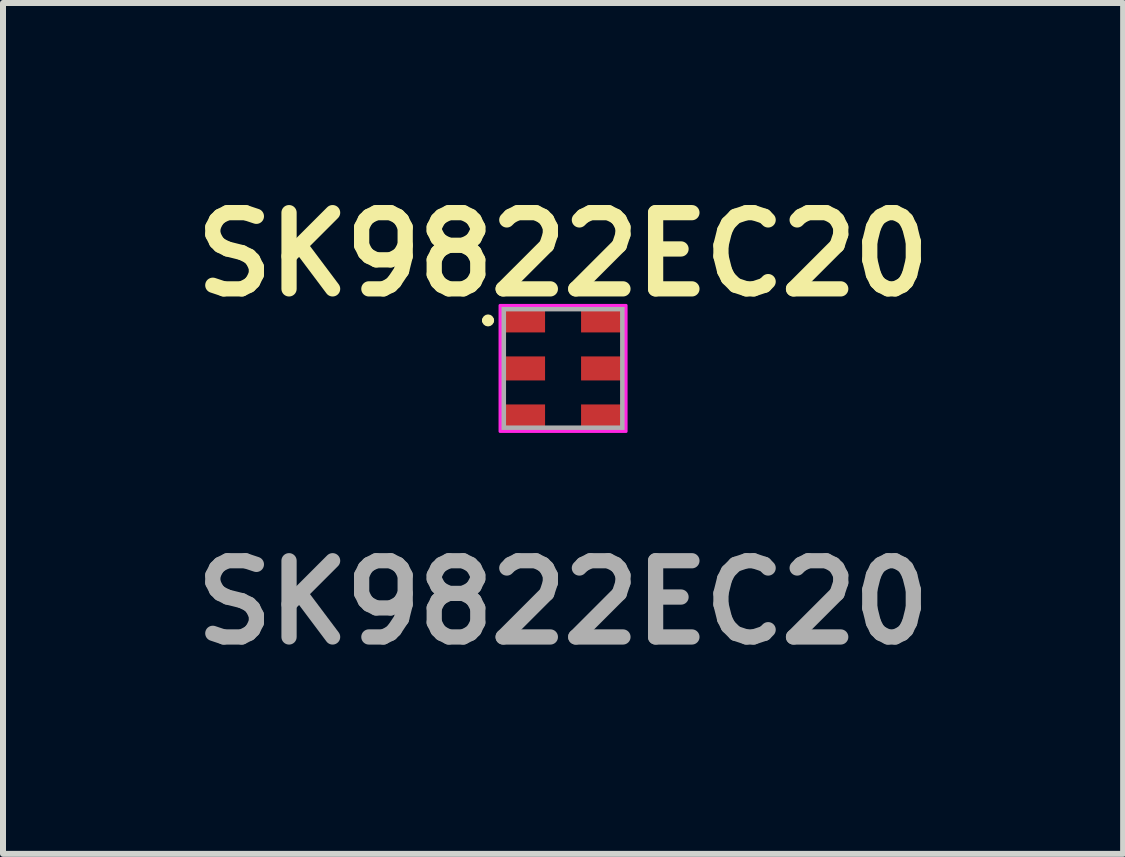
<source format=kicad_pcb>
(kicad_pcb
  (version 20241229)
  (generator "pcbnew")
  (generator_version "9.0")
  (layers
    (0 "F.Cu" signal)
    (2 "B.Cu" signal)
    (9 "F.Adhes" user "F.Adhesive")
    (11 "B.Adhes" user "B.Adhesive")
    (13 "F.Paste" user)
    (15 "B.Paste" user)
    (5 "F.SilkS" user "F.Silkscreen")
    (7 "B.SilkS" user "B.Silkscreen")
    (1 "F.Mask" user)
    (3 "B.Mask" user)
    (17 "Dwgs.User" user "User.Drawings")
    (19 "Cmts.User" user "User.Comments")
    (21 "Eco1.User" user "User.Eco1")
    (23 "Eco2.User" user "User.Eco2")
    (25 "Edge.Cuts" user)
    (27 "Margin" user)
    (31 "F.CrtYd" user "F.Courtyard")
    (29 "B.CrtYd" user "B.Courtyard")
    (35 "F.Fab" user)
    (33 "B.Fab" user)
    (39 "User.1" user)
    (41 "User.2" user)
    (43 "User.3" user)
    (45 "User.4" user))
  (footprint "SK9822EC20"
    (layer "F.Cu")
    (at 6.332 3.089)
    (property "Reference" "SK9822EC20" (at 0 -1.9 0) (layer "F.SilkS") (effects (font (size 1.27 1.27) (thickness 0.254))))
    (attr smd)
    (fp_line (start -1.3 -0.8) (end -1.3 -0.8) (stroke (width 0.1) (type solid)) (layer "F.SilkS"))
    (fp_line (start -1.2 -0.8) (end -1.2 -0.8) (stroke (width 0.1) (type solid)) (layer "F.SilkS"))
    (fp_arc (start -1.3 -0.8) (mid -1.25 -0.85) (end -1.2 -0.8) (stroke (width 0.1) (type solid)) (layer "F.SilkS"))
    (fp_arc (start -1.2 -0.8) (mid -1.25 -0.75) (end -1.3 -0.8) (stroke (width 0.1) (type solid)) (layer "F.SilkS"))
    (fp_rect (start -1.05 -1.05) (end 1.05 1.05) (stroke (width 0.05) (type default)) (fill no) (layer "F.CrtYd"))
    (fp_line (start -1 -1) (end 1 -1) (stroke (width 0.1) (type solid)) (layer "F.Fab"))
    (fp_line (start -1 1) (end -1 -1) (stroke (width 0.1) (type solid)) (layer "F.Fab"))
    (fp_line (start 1 -1) (end 1 1) (stroke (width 0.1) (type solid)) (layer "F.Fab"))
    (fp_line (start 1 1) (end -1 1) (stroke (width 0.1) (type solid)) (layer "F.Fab"))
    (fp_text user "${REFERENCE}" (at 0 3.9 0) (layer "F.Fab") (effects (font (size 1.27 1.27) (thickness 0.254))))
    (pad "1" smd rect (at -0.65 -0.8 90) (size 0.4 0.7) (layers "F.Cu" "F.Mask" "F.Paste"))
    (pad "2" smd rect (at -0.65 0 90) (size 0.4 0.7) (layers "F.Cu" "F.Mask" "F.Paste"))
    (pad "3" smd rect (at -0.65 0.8 90) (size 0.4 0.7) (layers "F.Cu" "F.Mask" "F.Paste"))
    (pad "4" smd rect (at 0.65 0.8 90) (size 0.4 0.7) (layers "F.Cu" "F.Mask" "F.Paste"))
    (pad "5" smd rect (at 0.65 0 90) (size 0.4 0.7) (layers "F.Cu" "F.Mask" "F.Paste"))
    (pad "6" smd rect (at 0.65 -0.8 90) (size 0.4 0.7) (layers "F.Cu" "F.Mask" "F.Paste")))
  (gr_rect
    (start -3 -3)
    (end 15.664 11.177)
    (stroke (width 0.1) (type default))
    (fill no)
    (layer "Edge.Cuts")))
</source>
